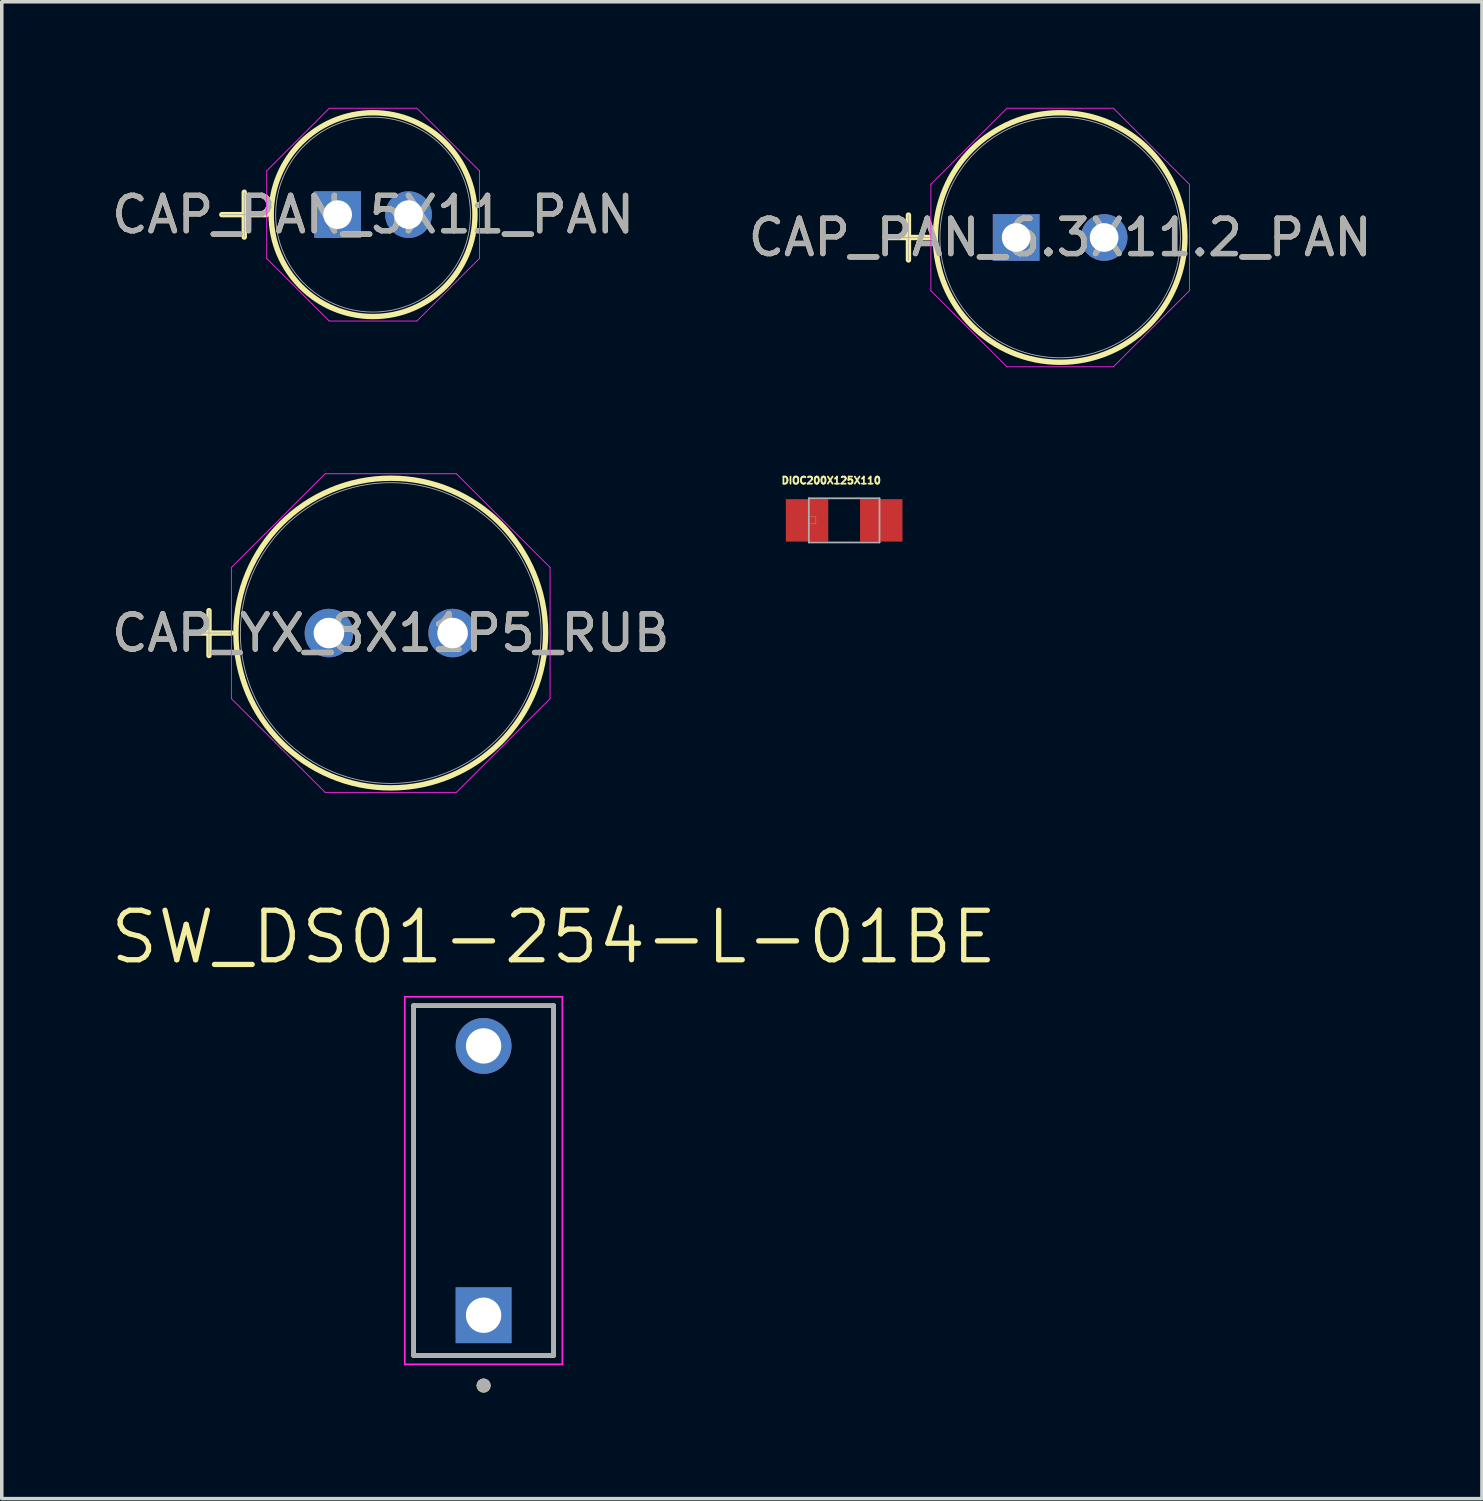
<source format=kicad_pcb>
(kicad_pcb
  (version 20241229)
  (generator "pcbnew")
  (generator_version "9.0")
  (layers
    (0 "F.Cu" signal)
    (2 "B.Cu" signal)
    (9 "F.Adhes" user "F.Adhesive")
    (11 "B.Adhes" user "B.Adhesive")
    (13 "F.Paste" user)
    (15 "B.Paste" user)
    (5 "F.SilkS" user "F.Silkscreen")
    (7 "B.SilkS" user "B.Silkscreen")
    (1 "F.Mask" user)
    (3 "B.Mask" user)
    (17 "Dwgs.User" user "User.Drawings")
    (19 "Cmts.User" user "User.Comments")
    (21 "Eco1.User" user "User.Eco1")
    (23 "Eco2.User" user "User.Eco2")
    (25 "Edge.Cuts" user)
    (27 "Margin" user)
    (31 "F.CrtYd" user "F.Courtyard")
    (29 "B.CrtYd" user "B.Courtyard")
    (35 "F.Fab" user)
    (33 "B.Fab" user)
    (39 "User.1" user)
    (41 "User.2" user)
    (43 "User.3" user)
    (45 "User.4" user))
  (footprint "CAP_PAN_5X11_PAN"
    (layer "F.Cu")
    (at 6.503 3.023)
    (property "Reference" "CAP_PAN_5X11_PAN" (at 1.003 0 0) (unlocked yes) (layer "F.SilkS") (effects (font (size 1 1) (thickness 0.15))))
    (attr through_hole)
    (fp_line (start -3.277 0) (end -2.007 0) (stroke (width 0.152) (type solid)) (layer "F.SilkS"))
    (fp_line (start -2.642 -0.635) (end -2.642 0.635) (stroke (width 0.152) (type solid)) (layer "F.SilkS"))
    (fp_circle (center 1.003 0) (end 3.886 0) (stroke (width 0.152) (type solid)) (fill no) (layer "F.SilkS"))
    (fp_line (start -2.007 -1.239) (end -0.236 -3.01) (stroke (width 0.025) (type solid)) (layer "F.CrtYd"))
    (fp_line (start -2.007 1.239) (end -2.007 -1.239) (stroke (width 0.025) (type solid)) (layer "F.CrtYd"))
    (fp_line (start -0.236 -3.01) (end 2.243 -3.01) (stroke (width 0.025) (type solid)) (layer "F.CrtYd"))
    (fp_line (start -0.236 3.01) (end -2.007 1.239) (stroke (width 0.025) (type solid)) (layer "F.CrtYd"))
    (fp_line (start 2.243 -3.01) (end 4.013 -1.239) (stroke (width 0.025) (type solid)) (layer "F.CrtYd"))
    (fp_line (start 2.243 3.01) (end -0.236 3.01) (stroke (width 0.025) (type solid)) (layer "F.CrtYd"))
    (fp_line (start 4.013 -1.239) (end 4.013 1.239) (stroke (width 0.025) (type solid)) (layer "F.CrtYd"))
    (fp_line (start 4.013 1.239) (end 2.243 3.01) (stroke (width 0.025) (type solid)) (layer "F.CrtYd"))
    (fp_line (start -3.277 0) (end -2.007 0) (stroke (width 0.025) (type solid)) (layer "F.Fab"))
    (fp_line (start -2.642 -0.635) (end -2.642 0.635) (stroke (width 0.025) (type solid)) (layer "F.Fab"))
    (fp_circle (center 1.003 0) (end 3.759 0) (stroke (width 0.025) (type solid)) (fill no) (layer "F.Fab"))
    (fp_text user "${REFERENCE}" (at 1.003 0 0) (unlocked yes) (layer "F.Fab") (effects (font (size 1 1) (thickness 0.15))))
    (pad "1" thru_hole rect (at 0 0) (size 1.321 1.321) (drill 0.813) (layers "*.Cu" "*.Mask"))
    (pad "2" thru_hole circle (at 2.007 0) (size 1.321 1.321) (drill 0.813) (layers "*.Cu" "*.Mask")))
  (footprint "CAP_YX_8X11P5_RUB"
    (layer "F.Cu")
    (at 6.256 14.862)
    (property "Reference" "CAP_YX_8X11P5_RUB" (at 1.75 0 0) (unlocked yes) (layer "F.SilkS") (effects (font (size 1 1) (thickness 0.15))))
    (attr through_hole)
    (fp_line (start -4.029 0) (end -2.759 0) (stroke (width 0.152) (type solid)) (layer "F.SilkS"))
    (fp_line (start -3.393 -0.635) (end -3.393 0.635) (stroke (width 0.152) (type solid)) (layer "F.SilkS"))
    (fp_circle (center 1.75 0) (end 6.131 0) (stroke (width 0.152) (type solid)) (fill no) (layer "F.SilkS"))
    (fp_line (start -2.759 -1.856) (end -0.106 -4.508) (stroke (width 0.025) (type solid)) (layer "F.CrtYd"))
    (fp_line (start -2.759 1.856) (end -2.759 -1.856) (stroke (width 0.025) (type solid)) (layer "F.CrtYd"))
    (fp_line (start -0.106 -4.508) (end 3.606 -4.508) (stroke (width 0.025) (type solid)) (layer "F.CrtYd"))
    (fp_line (start -0.106 4.508) (end -2.759 1.856) (stroke (width 0.025) (type solid)) (layer "F.CrtYd"))
    (fp_line (start 3.606 -4.508) (end 6.258 -1.856) (stroke (width 0.025) (type solid)) (layer "F.CrtYd"))
    (fp_line (start 3.606 4.508) (end -0.106 4.508) (stroke (width 0.025) (type solid)) (layer "F.CrtYd"))
    (fp_line (start 6.258 -1.856) (end 6.258 1.856) (stroke (width 0.025) (type solid)) (layer "F.CrtYd"))
    (fp_line (start 6.258 1.856) (end 3.606 4.508) (stroke (width 0.025) (type solid)) (layer "F.CrtYd"))
    (fp_line (start -4.029 0) (end -2.759 0) (stroke (width 0.025) (type solid)) (layer "F.Fab"))
    (fp_line (start -3.393 -0.635) (end -3.393 0.635) (stroke (width 0.025) (type solid)) (layer "F.Fab"))
    (fp_circle (center 1.75 0) (end 6.005 0) (stroke (width 0.025) (type solid)) (fill no) (layer "F.Fab"))
    (fp_text user "${REFERENCE}" (at 1.75 0 0) (unlocked yes) (layer "F.Fab") (effects (font (size 1 1) (thickness 0.15))))
    (pad "1" thru_hole circle (at 0 0) (size 1.372 1.372) (drill 0.864) (layers "*.Cu" "*.Mask"))
    (pad "2" thru_hole circle (at 3.5 0) (size 1.372 1.372) (drill 0.864) (layers "*.Cu" "*.Mask")))
  (footprint "DIOC200X125X110"
    (layer "F.Cu")
    (at 20.835 11.674)
    (property "Reference" "DIOC200X125X110" (at -0.366 -1.129 0) (layer "F.SilkS") (effects (font (size 0.2 0.2) (thickness 0.15))))
    (attr smd)
    (fp_line (start -1 -0.625) (end -1 0.625) (stroke (width 0.05) (type solid)) (layer "F.Fab"))
    (fp_line (start -1 0.625) (end 1 0.625) (stroke (width 0.05) (type solid)) (layer "F.Fab"))
    (fp_line (start 1 -0.625) (end -1 -0.625) (stroke (width 0.05) (type solid)) (layer "F.Fab"))
    (fp_line (start 1 0.625) (end 1 -0.625) (stroke (width 0.05) (type solid)) (layer "F.Fab"))
    (fp_poly (pts (xy -1.002 -0.1) (xy -0.8 -0.1) (xy -0.8 0.1) (xy -1.002 0.1)) (stroke (width 0.01) (type solid)) (fill no) (layer "F.Fab"))
    (pad "+" smd rect (at 1.05 0) (size 1.2 1.2) (layers "F.Cu" "F.Mask" "F.Paste"))
    (pad "-" smd rect (at -1.05 0) (size 1.2 1.2) (layers "F.Cu" "F.Mask" "F.Paste")))
  (footprint "SW_DS01-254-L-01BE"
    (layer "F.Cu")
    (at 10.633 30.354)
    (property "Reference" "SW_DS01-254-L-01BE" (at 1.985 -6.889 0) (layer "F.SilkS") (effects (font (size 1.4 1.4) (thickness 0.15))))
    (attr through_hole)
    (fp_line (start -1.98 -4.95) (end 1.98 -4.95) (stroke (width 0.127) (type solid)) (layer "F.SilkS"))
    (fp_line (start -1.98 4.95) (end -1.98 -4.95) (stroke (width 0.127) (type solid)) (layer "F.SilkS"))
    (fp_line (start 1.98 -4.95) (end 1.98 4.95) (stroke (width 0.127) (type solid)) (layer "F.SilkS"))
    (fp_line (start 1.98 4.95) (end -1.98 4.95) (stroke (width 0.127) (type solid)) (layer "F.SilkS"))
    (fp_circle (center 0 5.8) (end 0.1 5.8) (stroke (width 0.2) (type solid)) (fill no) (layer "F.SilkS"))
    (fp_line (start -2.23 -5.2) (end -2.23 5.2) (stroke (width 0.05) (type solid)) (layer "F.CrtYd"))
    (fp_line (start -2.23 5.2) (end 2.23 5.2) (stroke (width 0.05) (type solid)) (layer "F.CrtYd"))
    (fp_line (start 2.23 -5.2) (end -2.23 -5.2) (stroke (width 0.05) (type solid)) (layer "F.CrtYd"))
    (fp_line (start 2.23 5.2) (end 2.23 -5.2) (stroke (width 0.05) (type solid)) (layer "F.CrtYd"))
    (fp_line (start -1.98 -4.95) (end 1.98 -4.95) (stroke (width 0.127) (type solid)) (layer "F.Fab"))
    (fp_line (start -1.98 4.95) (end -1.98 -4.95) (stroke (width 0.127) (type solid)) (layer "F.Fab"))
    (fp_line (start 1.98 -4.95) (end 1.98 4.95) (stroke (width 0.127) (type solid)) (layer "F.Fab"))
    (fp_line (start 1.98 4.95) (end -1.98 4.95) (stroke (width 0.127) (type solid)) (layer "F.Fab"))
    (fp_circle (center 0 5.8) (end 0.1 5.8) (stroke (width 0.2) (type solid)) (fill no) (layer "F.Fab"))
    (pad "1A" thru_hole rect (at 0 3.81) (size 1.58 1.58) (drill 1) (layers "*.Cu" "*.Mask"))
    (pad "1B" thru_hole circle (at 0 -3.81) (size 1.58 1.58) (drill 1) (layers "*.Cu" "*.Mask")))
  (footprint "CAP_PAN_6.3X11.2_PAN"
    (layer "F.Cu")
    (at 25.702 3.67)
    (property "Reference" "CAP_PAN_6.3X11.2_PAN" (at 1.245 0 0) (unlocked yes) (layer "F.SilkS") (effects (font (size 1 1) (thickness 0.15))))
    (attr through_hole)
    (fp_line (start -3.683 0) (end -2.413 0) (stroke (width 0.152) (type solid)) (layer "F.SilkS"))
    (fp_line (start -3.048 -0.635) (end -3.048 0.635) (stroke (width 0.152) (type solid)) (layer "F.SilkS"))
    (fp_circle (center 1.245 0) (end 4.775 0) (stroke (width 0.152) (type solid)) (fill no) (layer "F.SilkS"))
    (fp_line (start -2.413 -1.506) (end -0.261 -3.658) (stroke (width 0.025) (type solid)) (layer "F.CrtYd"))
    (fp_line (start -2.413 1.506) (end -2.413 -1.506) (stroke (width 0.025) (type solid)) (layer "F.CrtYd"))
    (fp_line (start -0.261 -3.658) (end 2.751 -3.658) (stroke (width 0.025) (type solid)) (layer "F.CrtYd"))
    (fp_line (start -0.261 3.658) (end -2.413 1.506) (stroke (width 0.025) (type solid)) (layer "F.CrtYd"))
    (fp_line (start 2.751 -3.658) (end 4.902 -1.506) (stroke (width 0.025) (type solid)) (layer "F.CrtYd"))
    (fp_line (start 2.751 3.658) (end -0.261 3.658) (stroke (width 0.025) (type solid)) (layer "F.CrtYd"))
    (fp_line (start 4.902 -1.506) (end 4.902 1.506) (stroke (width 0.025) (type solid)) (layer "F.CrtYd"))
    (fp_line (start 4.902 1.506) (end 2.751 3.658) (stroke (width 0.025) (type solid)) (layer "F.CrtYd"))
    (fp_line (start -3.683 0) (end -2.413 0) (stroke (width 0.025) (type solid)) (layer "F.Fab"))
    (fp_line (start -3.048 -0.635) (end -3.048 0.635) (stroke (width 0.025) (type solid)) (layer "F.Fab"))
    (fp_circle (center 1.245 0) (end 4.648 0) (stroke (width 0.025) (type solid)) (fill no) (layer "F.Fab"))
    (fp_text user "${REFERENCE}" (at 1.245 0 0) (unlocked yes) (layer "F.Fab") (effects (font (size 1 1) (thickness 0.15))))
    (pad "1" thru_hole rect (at 0 0) (size 1.321 1.321) (drill 0.813) (layers "*.Cu" "*.Mask"))
    (pad "2" thru_hole circle (at 2.489 0) (size 1.321 1.321) (drill 0.813) (layers "*.Cu" "*.Mask")))
  (gr_rect
    (start -3 -3)
    (end 38.881 39.354)
    (stroke (width 0.1) (type default))
    (fill no)
    (layer "Edge.Cuts")))
</source>
